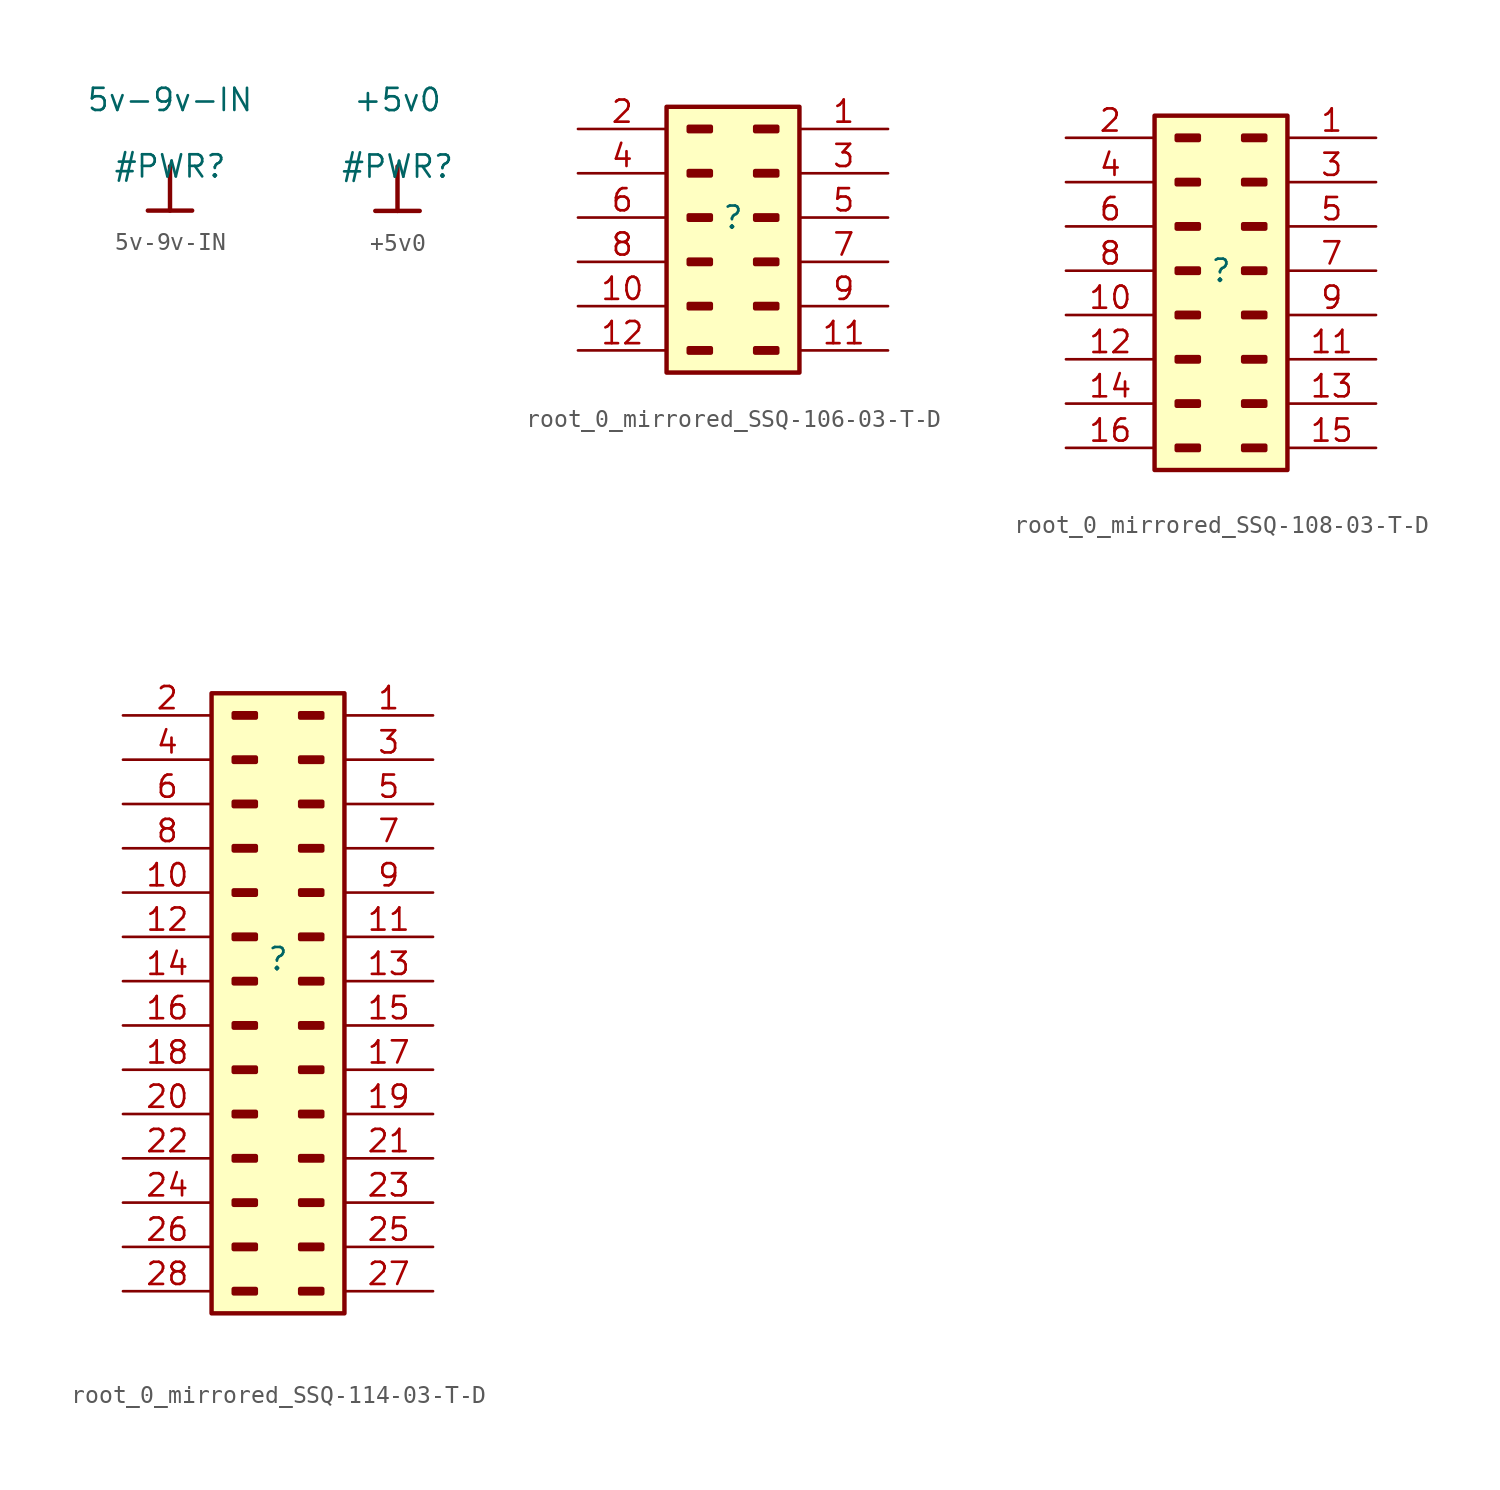
<source format=kicad_sym>
(kicad_symbol_lib
  (version 20220914)
  (generator kicad_symbol_editor)
  (symbol "5v-9v-IN"
    (power)
    (property "Reference" "#PWR"
      (at 0 0 0)
      (effects (font (size 1.27 1.27))))
    (property "Value" "5v-9v-IN"
      (at 0 3.81 0)
      (effects (font (size 1.27 1.27))))
    (symbol "5v-9v-IN_0_0"
      (polyline (pts (xy -1.27 -2.54) (xy 1.27 -2.54)) (stroke (width 0.254) (type solid)) (fill (type none)))
      (polyline (pts (xy 0 0) (xy 0 -2.54)) (stroke (width 0.254) (type solid)) (fill (type none)))
      (pin power_in line (at 0 0 0) (length 0) hide (name "5v-9v-IN" (effects (font (size 1.27 1.27)))) (number "" (effects (font (size 1.27 1.27)))))))
  (symbol "+5v0"
    (power)
    (property "Reference" "#PWR"
      (at 0 0 0)
      (effects (font (size 1.27 1.27))))
    (property "Value" "+5v0"
      (at 0 3.81 0)
      (effects (font (size 1.27 1.27))))
    (symbol "+5v0_0_0"
      (polyline (pts (xy -1.27 -2.54) (xy 1.27 -2.54)) (stroke (width 0.254) (type solid)) (fill (type none)))
      (polyline (pts (xy 0 0) (xy 0 -2.54)) (stroke (width 0.254) (type solid)) (fill (type none)))
      (pin power_in line (at 0 0 0) (length 0) hide (name "+5v0" (effects (font (size 1.27 1.27)))) (number "" (effects (font (size 1.27 1.27)))))))
  (symbol "root_0_mirrored_SSQ-106-03-T-D"
    (property "Reference" ""
      (at 0 0 0)
      (effects (font (size 1.27 1.27))))
    (property "Value" ""
      (at 0 0 0)
      (effects (font (size 1.27 1.27))))
    (symbol "root_0_mirrored_SSQ-106-03-T-D_1_0"
      (rectangle (start -1.27 -7.493) (end -2.54 -7.747) (stroke (width 0.254) (type solid)) (fill (type none)))
      (rectangle (start -1.27 -4.953) (end -2.54 -5.207) (stroke (width 0.254) (type solid)) (fill (type none)))
      (rectangle (start -1.27 -2.413) (end -2.54 -2.667) (stroke (width 0.254) (type solid)) (fill (type none)))
      (rectangle (start -1.27 0.127) (end -2.54 -0.127) (stroke (width 0.254) (type solid)) (fill (type none)))
      (rectangle (start -1.27 2.667) (end -2.54 2.413) (stroke (width 0.254) (type solid)) (fill (type none)))
      (rectangle (start -1.27 5.207) (end -2.54 4.953) (stroke (width 0.254) (type solid)) (fill (type none)))
      (rectangle (start 2.54 -7.493) (end 1.27 -7.747) (stroke (width 0.254) (type solid)) (fill (type none)))
      (rectangle (start 2.54 -4.953) (end 1.27 -5.207) (stroke (width 0.254) (type solid)) (fill (type none)))
      (rectangle (start 2.54 -2.413) (end 1.27 -2.667) (stroke (width 0.254) (type solid)) (fill (type none)))
      (rectangle (start 2.54 0.127) (end 1.27 -0.127) (stroke (width 0.254) (type solid)) (fill (type none)))
      (rectangle (start 2.54 2.667) (end 1.27 2.413) (stroke (width 0.254) (type solid)) (fill (type none)))
      (rectangle (start 2.54 5.207) (end 1.27 4.953) (stroke (width 0.254) (type solid)) (fill (type none)))
      (rectangle (start 3.81 6.35) (end -3.81 -8.89) (stroke (width 0.254) (type solid)) (fill (type background)))
      (pin passive line (at 8.89 5.08 180) (length 5.08) (name "Pin_1" (effects (font (size 0 0)))) (number "1" (effects (font (size 1.27 1.27)))))
      (pin passive line (at -8.89 -5.08 0) (length 5.08) (name "Pin_10" (effects (font (size 0 0)))) (number "10" (effects (font (size 1.27 1.27)))))
      (pin passive line (at 8.89 -7.62 180) (length 5.08) (name "Pin_11" (effects (font (size 0 0)))) (number "11" (effects (font (size 1.27 1.27)))))
      (pin passive line (at -8.89 -7.62 0) (length 5.08) (name "Pin_12" (effects (font (size 0 0)))) (number "12" (effects (font (size 1.27 1.27)))))
      (pin passive line (at -8.89 5.08 0) (length 5.08) (name "Pin_2" (effects (font (size 0 0)))) (number "2" (effects (font (size 1.27 1.27)))))
      (pin passive line (at 8.89 2.54 180) (length 5.08) (name "Pin_3" (effects (font (size 0 0)))) (number "3" (effects (font (size 1.27 1.27)))))
      (pin passive line (at -8.89 2.54 0) (length 5.08) (name "Pin_4" (effects (font (size 0 0)))) (number "4" (effects (font (size 1.27 1.27)))))
      (pin passive line (at 8.89 0 180) (length 5.08) (name "Pin_5" (effects (font (size 0 0)))) (number "5" (effects (font (size 1.27 1.27)))))
      (pin passive line (at -8.89 0 0) (length 5.08) (name "Pin_6" (effects (font (size 0 0)))) (number "6" (effects (font (size 1.27 1.27)))))
      (pin passive line (at 8.89 -2.54 180) (length 5.08) (name "Pin_7" (effects (font (size 0 0)))) (number "7" (effects (font (size 1.27 1.27)))))
      (pin passive line (at -8.89 -2.54 0) (length 5.08) (name "Pin_8" (effects (font (size 0 0)))) (number "8" (effects (font (size 1.27 1.27)))))
      (pin passive line (at 8.89 -5.08 180) (length 5.08) (name "Pin_9" (effects (font (size 0 0)))) (number "9" (effects (font (size 1.27 1.27)))))))
  (symbol "root_0_mirrored_SSQ-108-03-T-D"
    (property "Reference" ""
      (at 0 0 0)
      (effects (font (size 1.27 1.27))))
    (property "Value" ""
      (at 0 0 0)
      (effects (font (size 1.27 1.27))))
    (symbol "root_0_mirrored_SSQ-108-03-T-D_1_0"
      (rectangle (start -1.27 -10.033) (end -2.54 -10.287) (stroke (width 0.254) (type solid)) (fill (type none)))
      (rectangle (start -1.27 -7.493) (end -2.54 -7.747) (stroke (width 0.254) (type solid)) (fill (type none)))
      (rectangle (start -1.27 -4.953) (end -2.54 -5.207) (stroke (width 0.254) (type solid)) (fill (type none)))
      (rectangle (start -1.27 -2.413) (end -2.54 -2.667) (stroke (width 0.254) (type solid)) (fill (type none)))
      (rectangle (start -1.27 0.127) (end -2.54 -0.127) (stroke (width 0.254) (type solid)) (fill (type none)))
      (rectangle (start -1.27 2.667) (end -2.54 2.413) (stroke (width 0.254) (type solid)) (fill (type none)))
      (rectangle (start -1.27 5.207) (end -2.54 4.953) (stroke (width 0.254) (type solid)) (fill (type none)))
      (rectangle (start -1.27 7.747) (end -2.54 7.493) (stroke (width 0.254) (type solid)) (fill (type none)))
      (rectangle (start 2.54 -10.033) (end 1.27 -10.287) (stroke (width 0.254) (type solid)) (fill (type none)))
      (rectangle (start 2.54 -7.493) (end 1.27 -7.747) (stroke (width 0.254) (type solid)) (fill (type none)))
      (rectangle (start 2.54 -4.953) (end 1.27 -5.207) (stroke (width 0.254) (type solid)) (fill (type none)))
      (rectangle (start 2.54 -2.413) (end 1.27 -2.667) (stroke (width 0.254) (type solid)) (fill (type none)))
      (rectangle (start 2.54 0.127) (end 1.27 -0.127) (stroke (width 0.254) (type solid)) (fill (type none)))
      (rectangle (start 2.54 2.667) (end 1.27 2.413) (stroke (width 0.254) (type solid)) (fill (type none)))
      (rectangle (start 2.54 5.207) (end 1.27 4.953) (stroke (width 0.254) (type solid)) (fill (type none)))
      (rectangle (start 2.54 7.747) (end 1.27 7.493) (stroke (width 0.254) (type solid)) (fill (type none)))
      (rectangle (start 3.81 8.89) (end -3.81 -11.43) (stroke (width 0.254) (type solid)) (fill (type background)))
      (pin passive line (at 8.89 7.62 180) (length 5.08) (name "Pin_1" (effects (font (size 0 0)))) (number "1" (effects (font (size 1.27 1.27)))))
      (pin passive line (at -8.89 -2.54 0) (length 5.08) (name "Pin_10" (effects (font (size 0 0)))) (number "10" (effects (font (size 1.27 1.27)))))
      (pin passive line (at 8.89 -5.08 180) (length 5.08) (name "Pin_11" (effects (font (size 0 0)))) (number "11" (effects (font (size 1.27 1.27)))))
      (pin passive line (at -8.89 -5.08 0) (length 5.08) (name "Pin_12" (effects (font (size 0 0)))) (number "12" (effects (font (size 1.27 1.27)))))
      (pin passive line (at 8.89 -7.62 180) (length 5.08) (name "Pin_13" (effects (font (size 0 0)))) (number "13" (effects (font (size 1.27 1.27)))))
      (pin passive line (at -8.89 -7.62 0) (length 5.08) (name "Pin_14" (effects (font (size 0 0)))) (number "14" (effects (font (size 1.27 1.27)))))
      (pin passive line (at 8.89 -10.16 180) (length 5.08) (name "Pin_15" (effects (font (size 0 0)))) (number "15" (effects (font (size 1.27 1.27)))))
      (pin passive line (at -8.89 -10.16 0) (length 5.08) (name "Pin_16" (effects (font (size 0 0)))) (number "16" (effects (font (size 1.27 1.27)))))
      (pin passive line (at -8.89 7.62 0) (length 5.08) (name "Pin_2" (effects (font (size 0 0)))) (number "2" (effects (font (size 1.27 1.27)))))
      (pin passive line (at 8.89 5.08 180) (length 5.08) (name "Pin_3" (effects (font (size 0 0)))) (number "3" (effects (font (size 1.27 1.27)))))
      (pin passive line (at -8.89 5.08 0) (length 5.08) (name "Pin_4" (effects (font (size 0 0)))) (number "4" (effects (font (size 1.27 1.27)))))
      (pin passive line (at 8.89 2.54 180) (length 5.08) (name "Pin_5" (effects (font (size 0 0)))) (number "5" (effects (font (size 1.27 1.27)))))
      (pin passive line (at -8.89 2.54 0) (length 5.08) (name "Pin_6" (effects (font (size 0 0)))) (number "6" (effects (font (size 1.27 1.27)))))
      (pin passive line (at 8.89 0 180) (length 5.08) (name "Pin_7" (effects (font (size 0 0)))) (number "7" (effects (font (size 1.27 1.27)))))
      (pin passive line (at -8.89 0 0) (length 5.08) (name "Pin_8" (effects (font (size 0 0)))) (number "8" (effects (font (size 1.27 1.27)))))
      (pin passive line (at 8.89 -2.54 180) (length 5.08) (name "Pin_9" (effects (font (size 0 0)))) (number "9" (effects (font (size 1.27 1.27)))))))
  (symbol "root_0_mirrored_SSQ-114-03-T-D"
    (property "Reference" ""
      (at 0 0 0)
      (effects (font (size 1.27 1.27))))
    (property "Value" ""
      (at 0 0 0)
      (effects (font (size 1.27 1.27))))
    (symbol "root_0_mirrored_SSQ-114-03-T-D_1_0"
      (rectangle (start -1.27 -18.923) (end -2.54 -19.177) (stroke (width 0.254) (type solid)) (fill (type none)))
      (rectangle (start -1.27 -16.383) (end -2.54 -16.637) (stroke (width 0.254) (type solid)) (fill (type none)))
      (rectangle (start -1.27 -13.843) (end -2.54 -14.097) (stroke (width 0.254) (type solid)) (fill (type none)))
      (rectangle (start -1.27 -11.303) (end -2.54 -11.557) (stroke (width 0.254) (type solid)) (fill (type none)))
      (rectangle (start -1.27 -8.763) (end -2.54 -9.017) (stroke (width 0.254) (type solid)) (fill (type none)))
      (rectangle (start -1.27 -6.223) (end -2.54 -6.477) (stroke (width 0.254) (type solid)) (fill (type none)))
      (rectangle (start -1.27 -3.683) (end -2.54 -3.937) (stroke (width 0.254) (type solid)) (fill (type none)))
      (rectangle (start -1.27 -1.143) (end -2.54 -1.397) (stroke (width 0.254) (type solid)) (fill (type none)))
      (rectangle (start -1.27 1.397) (end -2.54 1.143) (stroke (width 0.254) (type solid)) (fill (type none)))
      (rectangle (start -1.27 3.937) (end -2.54 3.683) (stroke (width 0.254) (type solid)) (fill (type none)))
      (rectangle (start -1.27 6.477) (end -2.54 6.223) (stroke (width 0.254) (type solid)) (fill (type none)))
      (rectangle (start -1.27 9.017) (end -2.54 8.763) (stroke (width 0.254) (type solid)) (fill (type none)))
      (rectangle (start -1.27 11.557) (end -2.54 11.303) (stroke (width 0.254) (type solid)) (fill (type none)))
      (rectangle (start -1.27 14.097) (end -2.54 13.843) (stroke (width 0.254) (type solid)) (fill (type none)))
      (rectangle (start 2.54 -18.923) (end 1.27 -19.177) (stroke (width 0.254) (type solid)) (fill (type none)))
      (rectangle (start 2.54 -16.383) (end 1.27 -16.637) (stroke (width 0.254) (type solid)) (fill (type none)))
      (rectangle (start 2.54 -13.843) (end 1.27 -14.097) (stroke (width 0.254) (type solid)) (fill (type none)))
      (rectangle (start 2.54 -11.303) (end 1.27 -11.557) (stroke (width 0.254) (type solid)) (fill (type none)))
      (rectangle (start 2.54 -8.763) (end 1.27 -9.017) (stroke (width 0.254) (type solid)) (fill (type none)))
      (rectangle (start 2.54 -6.223) (end 1.27 -6.477) (stroke (width 0.254) (type solid)) (fill (type none)))
      (rectangle (start 2.54 -3.683) (end 1.27 -3.937) (stroke (width 0.254) (type solid)) (fill (type none)))
      (rectangle (start 2.54 -1.143) (end 1.27 -1.397) (stroke (width 0.254) (type solid)) (fill (type none)))
      (rectangle (start 2.54 1.397) (end 1.27 1.143) (stroke (width 0.254) (type solid)) (fill (type none)))
      (rectangle (start 2.54 3.937) (end 1.27 3.683) (stroke (width 0.254) (type solid)) (fill (type none)))
      (rectangle (start 2.54 6.477) (end 1.27 6.223) (stroke (width 0.254) (type solid)) (fill (type none)))
      (rectangle (start 2.54 9.017) (end 1.27 8.763) (stroke (width 0.254) (type solid)) (fill (type none)))
      (rectangle (start 2.54 11.557) (end 1.27 11.303) (stroke (width 0.254) (type solid)) (fill (type none)))
      (rectangle (start 2.54 14.097) (end 1.27 13.843) (stroke (width 0.254) (type solid)) (fill (type none)))
      (rectangle (start 3.81 15.24) (end -3.81 -20.32) (stroke (width 0.254) (type solid)) (fill (type background)))
      (pin passive line (at 8.89 13.97 180) (length 5.08) (name "Pin_1" (effects (font (size 0 0)))) (number "1" (effects (font (size 1.27 1.27)))))
      (pin passive line (at -8.89 3.81 0) (length 5.08) (name "Pin_10" (effects (font (size 0 0)))) (number "10" (effects (font (size 1.27 1.27)))))
      (pin passive line (at 8.89 1.27 180) (length 5.08) (name "Pin_11" (effects (font (size 0 0)))) (number "11" (effects (font (size 1.27 1.27)))))
      (pin passive line (at -8.89 1.27 0) (length 5.08) (name "Pin_12" (effects (font (size 0 0)))) (number "12" (effects (font (size 1.27 1.27)))))
      (pin passive line (at 8.89 -1.27 180) (length 5.08) (name "Pin_13" (effects (font (size 0 0)))) (number "13" (effects (font (size 1.27 1.27)))))
      (pin passive line (at -8.89 -1.27 0) (length 5.08) (name "Pin_14" (effects (font (size 0 0)))) (number "14" (effects (font (size 1.27 1.27)))))
      (pin passive line (at 8.89 -3.81 180) (length 5.08) (name "Pin_15" (effects (font (size 0 0)))) (number "15" (effects (font (size 1.27 1.27)))))
      (pin passive line (at -8.89 -3.81 0) (length 5.08) (name "Pin_16" (effects (font (size 0 0)))) (number "16" (effects (font (size 1.27 1.27)))))
      (pin passive line (at 8.89 -6.35 180) (length 5.08) (name "Pin_17" (effects (font (size 0 0)))) (number "17" (effects (font (size 1.27 1.27)))))
      (pin passive line (at -8.89 -6.35 0) (length 5.08) (name "Pin_18" (effects (font (size 0 0)))) (number "18" (effects (font (size 1.27 1.27)))))
      (pin passive line (at 8.89 -8.89 180) (length 5.08) (name "Pin_19" (effects (font (size 0 0)))) (number "19" (effects (font (size 1.27 1.27)))))
      (pin passive line (at -8.89 13.97 0) (length 5.08) (name "Pin_2" (effects (font (size 0 0)))) (number "2" (effects (font (size 1.27 1.27)))))
      (pin passive line (at -8.89 -8.89 0) (length 5.08) (name "Pin_20" (effects (font (size 0 0)))) (number "20" (effects (font (size 1.27 1.27)))))
      (pin passive line (at 8.89 -11.43 180) (length 5.08) (name "Pin_21" (effects (font (size 0 0)))) (number "21" (effects (font (size 1.27 1.27)))))
      (pin passive line (at -8.89 -11.43 0) (length 5.08) (name "Pin_22" (effects (font (size 0 0)))) (number "22" (effects (font (size 1.27 1.27)))))
      (pin passive line (at 8.89 -13.97 180) (length 5.08) (name "Pin_23" (effects (font (size 0 0)))) (number "23" (effects (font (size 1.27 1.27)))))
      (pin passive line (at -8.89 -13.97 0) (length 5.08) (name "Pin_24" (effects (font (size 0 0)))) (number "24" (effects (font (size 1.27 1.27)))))
      (pin passive line (at 8.89 -16.51 180) (length 5.08) (name "Pin_25" (effects (font (size 0 0)))) (number "25" (effects (font (size 1.27 1.27)))))
      (pin passive line (at -8.89 -16.51 0) (length 5.08) (name "Pin_26" (effects (font (size 0 0)))) (number "26" (effects (font (size 1.27 1.27)))))
      (pin passive line (at 8.89 -19.05 180) (length 5.08) (name "Pin_27" (effects (font (size 0 0)))) (number "27" (effects (font (size 1.27 1.27)))))
      (pin passive line (at -8.89 -19.05 0) (length 5.08) (name "Pin_28" (effects (font (size 0 0)))) (number "28" (effects (font (size 1.27 1.27)))))
      (pin passive line (at 8.89 11.43 180) (length 5.08) (name "Pin_3" (effects (font (size 0 0)))) (number "3" (effects (font (size 1.27 1.27)))))
      (pin passive line (at -8.89 11.43 0) (length 5.08) (name "Pin_4" (effects (font (size 0 0)))) (number "4" (effects (font (size 1.27 1.27)))))
      (pin passive line (at 8.89 8.89 180) (length 5.08) (name "Pin_5" (effects (font (size 0 0)))) (number "5" (effects (font (size 1.27 1.27)))))
      (pin passive line (at -8.89 8.89 0) (length 5.08) (name "Pin_6" (effects (font (size 0 0)))) (number "6" (effects (font (size 1.27 1.27)))))
      (pin passive line (at 8.89 6.35 180) (length 5.08) (name "Pin_7" (effects (font (size 0 0)))) (number "7" (effects (font (size 1.27 1.27)))))
      (pin passive line (at -8.89 6.35 0) (length 5.08) (name "Pin_8" (effects (font (size 0 0)))) (number "8" (effects (font (size 1.27 1.27)))))
      (pin passive line (at 8.89 3.81 180) (length 5.08) (name "Pin_9" (effects (font (size 0 0)))) (number "9" (effects (font (size 1.27 1.27))))))))
</source>
